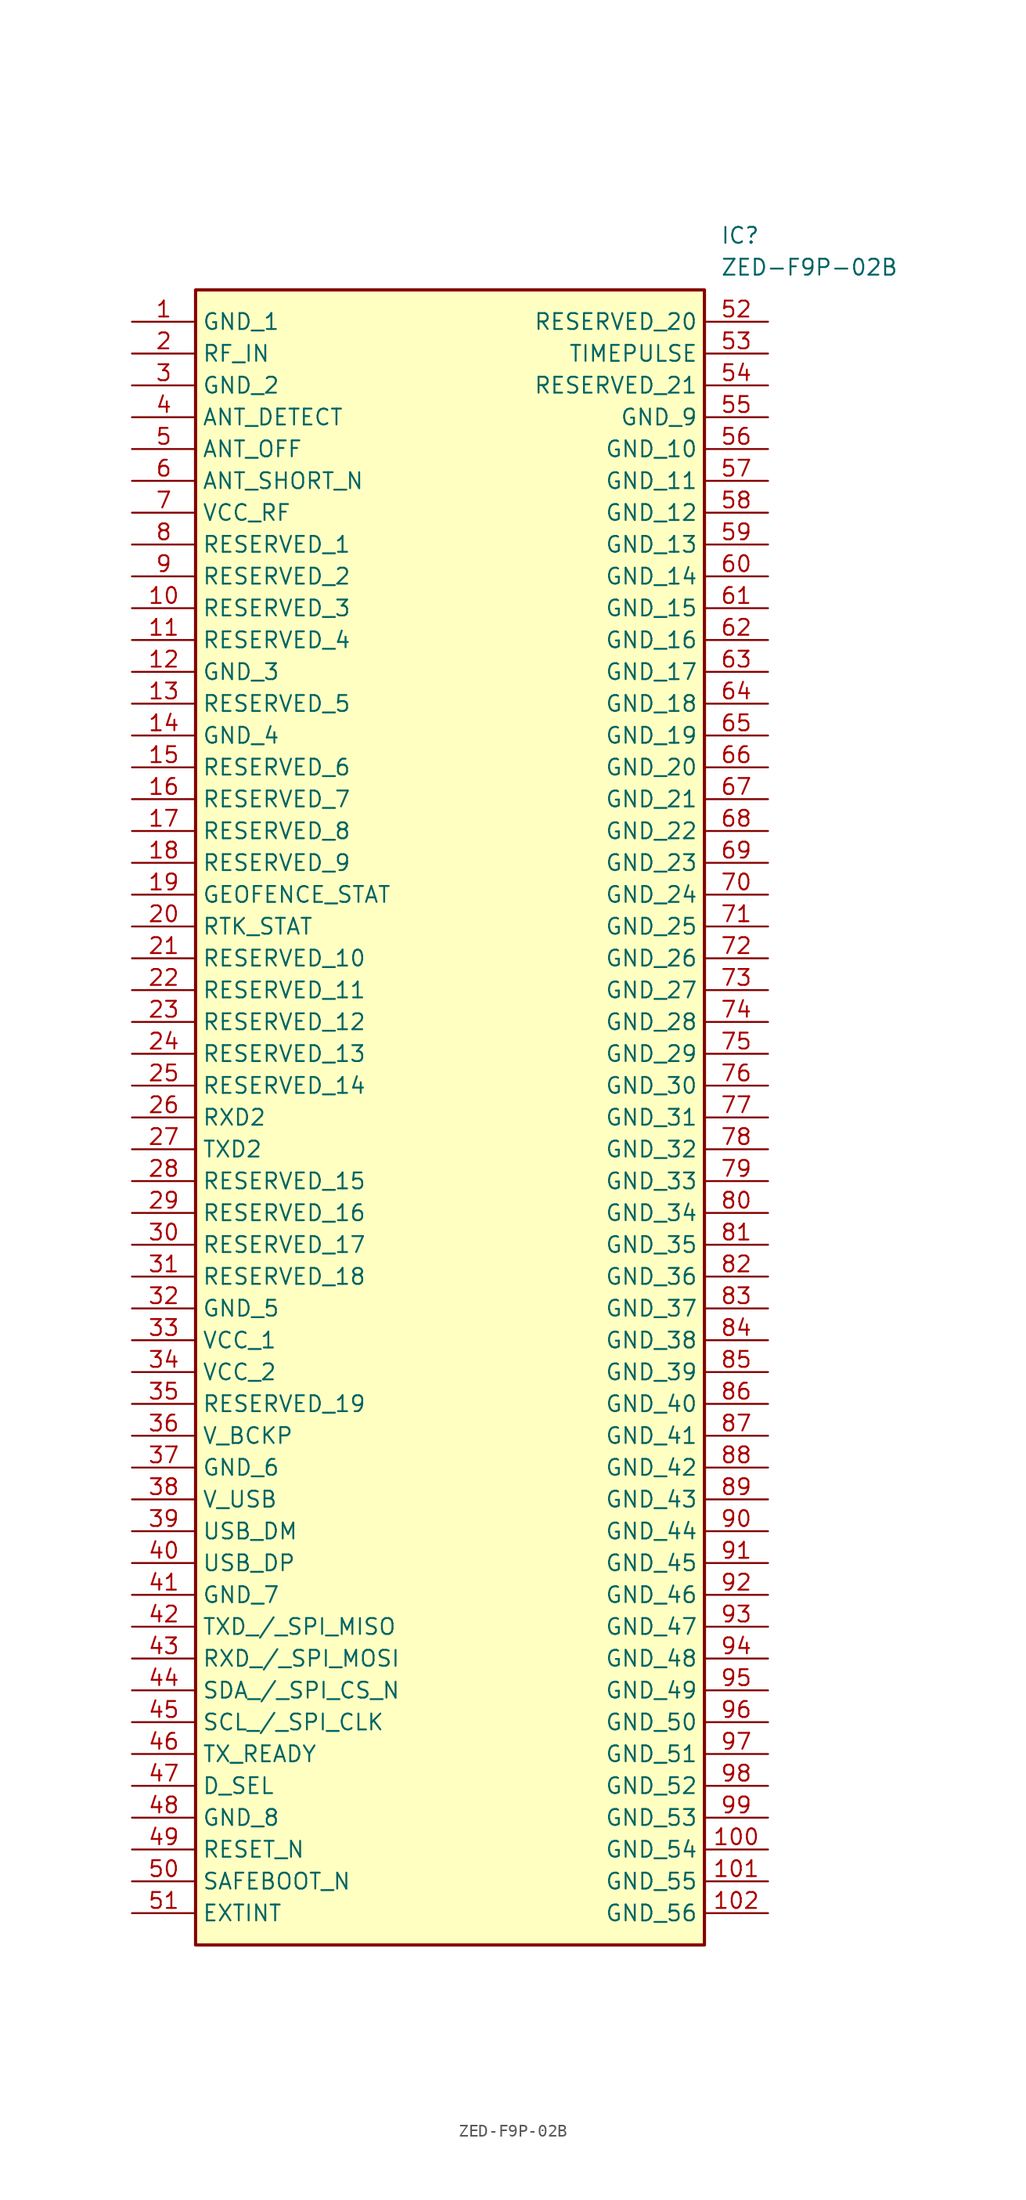
<source format=kicad_sym>
(kicad_symbol_lib
  (version 20211014)
  (generator SamacSys_ECAD_Model)
  (symbol "ZED-F9P-02B"
    (property "Reference" "IC"
      (at 46.99 7.62 0)
      (effects (font (size 1.27 1.27)) (justify left top)))
    (property "Value" "ZED-F9P-02B"
      (at 46.99 5.08 0)
      (effects (font (size 1.27 1.27)) (justify left top)))
    (rectangle
      (start 5.08 2.54)
      (end 45.72 -129.54)
      (stroke (width 0.254) (type default))
      (fill (type background)))
    (pin passive line
      (at 0 0 0)
      (length 5.08)
      (name "GND_1" (effects (font (size 1.27 1.27))))
      (number "1" (effects (font (size 1.27 1.27)))))
    (pin passive line
      (at 0 -2.54 0)
      (length 5.08)
      (name "RF_IN" (effects (font (size 1.27 1.27))))
      (number "2" (effects (font (size 1.27 1.27)))))
    (pin passive line
      (at 0 -5.08 0)
      (length 5.08)
      (name "GND_2" (effects (font (size 1.27 1.27))))
      (number "3" (effects (font (size 1.27 1.27)))))
    (pin passive line
      (at 0 -7.62 0)
      (length 5.08)
      (name "ANT_DETECT" (effects (font (size 1.27 1.27))))
      (number "4" (effects (font (size 1.27 1.27)))))
    (pin passive line
      (at 0 -10.16 0)
      (length 5.08)
      (name "ANT_OFF" (effects (font (size 1.27 1.27))))
      (number "5" (effects (font (size 1.27 1.27)))))
    (pin passive line
      (at 0 -12.7 0)
      (length 5.08)
      (name "ANT_SHORT_N" (effects (font (size 1.27 1.27))))
      (number "6" (effects (font (size 1.27 1.27)))))
    (pin passive line
      (at 0 -15.24 0)
      (length 5.08)
      (name "VCC_RF" (effects (font (size 1.27 1.27))))
      (number "7" (effects (font (size 1.27 1.27)))))
    (pin passive line
      (at 0 -17.78 0)
      (length 5.08)
      (name "RESERVED_1" (effects (font (size 1.27 1.27))))
      (number "8" (effects (font (size 1.27 1.27)))))
    (pin passive line
      (at 0 -20.32 0)
      (length 5.08)
      (name "RESERVED_2" (effects (font (size 1.27 1.27))))
      (number "9" (effects (font (size 1.27 1.27)))))
    (pin passive line
      (at 0 -22.86 0)
      (length 5.08)
      (name "RESERVED_3" (effects (font (size 1.27 1.27))))
      (number "10" (effects (font (size 1.27 1.27)))))
    (pin passive line
      (at 0 -25.4 0)
      (length 5.08)
      (name "RESERVED_4" (effects (font (size 1.27 1.27))))
      (number "11" (effects (font (size 1.27 1.27)))))
    (pin passive line
      (at 0 -27.94 0)
      (length 5.08)
      (name "GND_3" (effects (font (size 1.27 1.27))))
      (number "12" (effects (font (size 1.27 1.27)))))
    (pin passive line
      (at 0 -30.48 0)
      (length 5.08)
      (name "RESERVED_5" (effects (font (size 1.27 1.27))))
      (number "13" (effects (font (size 1.27 1.27)))))
    (pin passive line
      (at 0 -33.02 0)
      (length 5.08)
      (name "GND_4" (effects (font (size 1.27 1.27))))
      (number "14" (effects (font (size 1.27 1.27)))))
    (pin passive line
      (at 0 -35.56 0)
      (length 5.08)
      (name "RESERVED_6" (effects (font (size 1.27 1.27))))
      (number "15" (effects (font (size 1.27 1.27)))))
    (pin passive line
      (at 0 -38.1 0)
      (length 5.08)
      (name "RESERVED_7" (effects (font (size 1.27 1.27))))
      (number "16" (effects (font (size 1.27 1.27)))))
    (pin passive line
      (at 0 -40.64 0)
      (length 5.08)
      (name "RESERVED_8" (effects (font (size 1.27 1.27))))
      (number "17" (effects (font (size 1.27 1.27)))))
    (pin passive line
      (at 0 -43.18 0)
      (length 5.08)
      (name "RESERVED_9" (effects (font (size 1.27 1.27))))
      (number "18" (effects (font (size 1.27 1.27)))))
    (pin passive line
      (at 0 -45.72 0)
      (length 5.08)
      (name "GEOFENCE_STAT" (effects (font (size 1.27 1.27))))
      (number "19" (effects (font (size 1.27 1.27)))))
    (pin passive line
      (at 0 -48.26 0)
      (length 5.08)
      (name "RTK_STAT" (effects (font (size 1.27 1.27))))
      (number "20" (effects (font (size 1.27 1.27)))))
    (pin passive line
      (at 0 -50.8 0)
      (length 5.08)
      (name "RESERVED_10" (effects (font (size 1.27 1.27))))
      (number "21" (effects (font (size 1.27 1.27)))))
    (pin passive line
      (at 0 -53.34 0)
      (length 5.08)
      (name "RESERVED_11" (effects (font (size 1.27 1.27))))
      (number "22" (effects (font (size 1.27 1.27)))))
    (pin passive line
      (at 0 -55.88 0)
      (length 5.08)
      (name "RESERVED_12" (effects (font (size 1.27 1.27))))
      (number "23" (effects (font (size 1.27 1.27)))))
    (pin passive line
      (at 0 -58.42 0)
      (length 5.08)
      (name "RESERVED_13" (effects (font (size 1.27 1.27))))
      (number "24" (effects (font (size 1.27 1.27)))))
    (pin passive line
      (at 0 -60.96 0)
      (length 5.08)
      (name "RESERVED_14" (effects (font (size 1.27 1.27))))
      (number "25" (effects (font (size 1.27 1.27)))))
    (pin passive line
      (at 0 -63.5 0)
      (length 5.08)
      (name "RXD2" (effects (font (size 1.27 1.27))))
      (number "26" (effects (font (size 1.27 1.27)))))
    (pin passive line
      (at 0 -66.04 0)
      (length 5.08)
      (name "TXD2" (effects (font (size 1.27 1.27))))
      (number "27" (effects (font (size 1.27 1.27)))))
    (pin passive line
      (at 0 -68.58 0)
      (length 5.08)
      (name "RESERVED_15" (effects (font (size 1.27 1.27))))
      (number "28" (effects (font (size 1.27 1.27)))))
    (pin passive line
      (at 0 -71.12 0)
      (length 5.08)
      (name "RESERVED_16" (effects (font (size 1.27 1.27))))
      (number "29" (effects (font (size 1.27 1.27)))))
    (pin passive line
      (at 0 -73.66 0)
      (length 5.08)
      (name "RESERVED_17" (effects (font (size 1.27 1.27))))
      (number "30" (effects (font (size 1.27 1.27)))))
    (pin passive line
      (at 0 -76.2 0)
      (length 5.08)
      (name "RESERVED_18" (effects (font (size 1.27 1.27))))
      (number "31" (effects (font (size 1.27 1.27)))))
    (pin passive line
      (at 0 -78.74 0)
      (length 5.08)
      (name "GND_5" (effects (font (size 1.27 1.27))))
      (number "32" (effects (font (size 1.27 1.27)))))
    (pin passive line
      (at 0 -81.28 0)
      (length 5.08)
      (name "VCC_1" (effects (font (size 1.27 1.27))))
      (number "33" (effects (font (size 1.27 1.27)))))
    (pin passive line
      (at 0 -83.82 0)
      (length 5.08)
      (name "VCC_2" (effects (font (size 1.27 1.27))))
      (number "34" (effects (font (size 1.27 1.27)))))
    (pin passive line
      (at 0 -86.36 0)
      (length 5.08)
      (name "RESERVED_19" (effects (font (size 1.27 1.27))))
      (number "35" (effects (font (size 1.27 1.27)))))
    (pin passive line
      (at 0 -88.9 0)
      (length 5.08)
      (name "V_BCKP" (effects (font (size 1.27 1.27))))
      (number "36" (effects (font (size 1.27 1.27)))))
    (pin passive line
      (at 0 -91.44 0)
      (length 5.08)
      (name "GND_6" (effects (font (size 1.27 1.27))))
      (number "37" (effects (font (size 1.27 1.27)))))
    (pin passive line
      (at 0 -93.98 0)
      (length 5.08)
      (name "V_USB" (effects (font (size 1.27 1.27))))
      (number "38" (effects (font (size 1.27 1.27)))))
    (pin passive line
      (at 0 -96.52 0)
      (length 5.08)
      (name "USB_DM" (effects (font (size 1.27 1.27))))
      (number "39" (effects (font (size 1.27 1.27)))))
    (pin passive line
      (at 0 -99.06 0)
      (length 5.08)
      (name "USB_DP" (effects (font (size 1.27 1.27))))
      (number "40" (effects (font (size 1.27 1.27)))))
    (pin passive line
      (at 0 -101.6 0)
      (length 5.08)
      (name "GND_7" (effects (font (size 1.27 1.27))))
      (number "41" (effects (font (size 1.27 1.27)))))
    (pin passive line
      (at 0 -104.14 0)
      (length 5.08)
      (name "TXD_/_SPI_MISO" (effects (font (size 1.27 1.27))))
      (number "42" (effects (font (size 1.27 1.27)))))
    (pin passive line
      (at 0 -106.68 0)
      (length 5.08)
      (name "RXD_/_SPI_MOSI" (effects (font (size 1.27 1.27))))
      (number "43" (effects (font (size 1.27 1.27)))))
    (pin passive line
      (at 0 -109.22 0)
      (length 5.08)
      (name "SDA_/_SPI_CS_N" (effects (font (size 1.27 1.27))))
      (number "44" (effects (font (size 1.27 1.27)))))
    (pin passive line
      (at 0 -111.76 0)
      (length 5.08)
      (name "SCL_/_SPI_CLK" (effects (font (size 1.27 1.27))))
      (number "45" (effects (font (size 1.27 1.27)))))
    (pin passive line
      (at 0 -114.3 0)
      (length 5.08)
      (name "TX_READY" (effects (font (size 1.27 1.27))))
      (number "46" (effects (font (size 1.27 1.27)))))
    (pin passive line
      (at 0 -116.84 0)
      (length 5.08)
      (name "D_SEL" (effects (font (size 1.27 1.27))))
      (number "47" (effects (font (size 1.27 1.27)))))
    (pin passive line
      (at 0 -119.38 0)
      (length 5.08)
      (name "GND_8" (effects (font (size 1.27 1.27))))
      (number "48" (effects (font (size 1.27 1.27)))))
    (pin passive line
      (at 0 -121.92 0)
      (length 5.08)
      (name "RESET_N" (effects (font (size 1.27 1.27))))
      (number "49" (effects (font (size 1.27 1.27)))))
    (pin passive line
      (at 0 -124.46 0)
      (length 5.08)
      (name "SAFEBOOT_N" (effects (font (size 1.27 1.27))))
      (number "50" (effects (font (size 1.27 1.27)))))
    (pin passive line
      (at 0 -127 0)
      (length 5.08)
      (name "EXTINT" (effects (font (size 1.27 1.27))))
      (number "51" (effects (font (size 1.27 1.27)))))
    (pin passive line
      (at 50.8 0 180)
      (length 5.08)
      (name "RESERVED_20" (effects (font (size 1.27 1.27))))
      (number "52" (effects (font (size 1.27 1.27)))))
    (pin passive line
      (at 50.8 -2.54 180)
      (length 5.08)
      (name "TIMEPULSE" (effects (font (size 1.27 1.27))))
      (number "53" (effects (font (size 1.27 1.27)))))
    (pin passive line
      (at 50.8 -5.08 180)
      (length 5.08)
      (name "RESERVED_21" (effects (font (size 1.27 1.27))))
      (number "54" (effects (font (size 1.27 1.27)))))
    (pin passive line
      (at 50.8 -7.62 180)
      (length 5.08)
      (name "GND_9" (effects (font (size 1.27 1.27))))
      (number "55" (effects (font (size 1.27 1.27)))))
    (pin passive line
      (at 50.8 -10.16 180)
      (length 5.08)
      (name "GND_10" (effects (font (size 1.27 1.27))))
      (number "56" (effects (font (size 1.27 1.27)))))
    (pin passive line
      (at 50.8 -12.7 180)
      (length 5.08)
      (name "GND_11" (effects (font (size 1.27 1.27))))
      (number "57" (effects (font (size 1.27 1.27)))))
    (pin passive line
      (at 50.8 -15.24 180)
      (length 5.08)
      (name "GND_12" (effects (font (size 1.27 1.27))))
      (number "58" (effects (font (size 1.27 1.27)))))
    (pin passive line
      (at 50.8 -17.78 180)
      (length 5.08)
      (name "GND_13" (effects (font (size 1.27 1.27))))
      (number "59" (effects (font (size 1.27 1.27)))))
    (pin passive line
      (at 50.8 -20.32 180)
      (length 5.08)
      (name "GND_14" (effects (font (size 1.27 1.27))))
      (number "60" (effects (font (size 1.27 1.27)))))
    (pin passive line
      (at 50.8 -22.86 180)
      (length 5.08)
      (name "GND_15" (effects (font (size 1.27 1.27))))
      (number "61" (effects (font (size 1.27 1.27)))))
    (pin passive line
      (at 50.8 -25.4 180)
      (length 5.08)
      (name "GND_16" (effects (font (size 1.27 1.27))))
      (number "62" (effects (font (size 1.27 1.27)))))
    (pin passive line
      (at 50.8 -27.94 180)
      (length 5.08)
      (name "GND_17" (effects (font (size 1.27 1.27))))
      (number "63" (effects (font (size 1.27 1.27)))))
    (pin passive line
      (at 50.8 -30.48 180)
      (length 5.08)
      (name "GND_18" (effects (font (size 1.27 1.27))))
      (number "64" (effects (font (size 1.27 1.27)))))
    (pin passive line
      (at 50.8 -33.02 180)
      (length 5.08)
      (name "GND_19" (effects (font (size 1.27 1.27))))
      (number "65" (effects (font (size 1.27 1.27)))))
    (pin passive line
      (at 50.8 -35.56 180)
      (length 5.08)
      (name "GND_20" (effects (font (size 1.27 1.27))))
      (number "66" (effects (font (size 1.27 1.27)))))
    (pin passive line
      (at 50.8 -38.1 180)
      (length 5.08)
      (name "GND_21" (effects (font (size 1.27 1.27))))
      (number "67" (effects (font (size 1.27 1.27)))))
    (pin passive line
      (at 50.8 -40.64 180)
      (length 5.08)
      (name "GND_22" (effects (font (size 1.27 1.27))))
      (number "68" (effects (font (size 1.27 1.27)))))
    (pin passive line
      (at 50.8 -43.18 180)
      (length 5.08)
      (name "GND_23" (effects (font (size 1.27 1.27))))
      (number "69" (effects (font (size 1.27 1.27)))))
    (pin passive line
      (at 50.8 -45.72 180)
      (length 5.08)
      (name "GND_24" (effects (font (size 1.27 1.27))))
      (number "70" (effects (font (size 1.27 1.27)))))
    (pin passive line
      (at 50.8 -48.26 180)
      (length 5.08)
      (name "GND_25" (effects (font (size 1.27 1.27))))
      (number "71" (effects (font (size 1.27 1.27)))))
    (pin passive line
      (at 50.8 -50.8 180)
      (length 5.08)
      (name "GND_26" (effects (font (size 1.27 1.27))))
      (number "72" (effects (font (size 1.27 1.27)))))
    (pin passive line
      (at 50.8 -53.34 180)
      (length 5.08)
      (name "GND_27" (effects (font (size 1.27 1.27))))
      (number "73" (effects (font (size 1.27 1.27)))))
    (pin passive line
      (at 50.8 -55.88 180)
      (length 5.08)
      (name "GND_28" (effects (font (size 1.27 1.27))))
      (number "74" (effects (font (size 1.27 1.27)))))
    (pin passive line
      (at 50.8 -58.42 180)
      (length 5.08)
      (name "GND_29" (effects (font (size 1.27 1.27))))
      (number "75" (effects (font (size 1.27 1.27)))))
    (pin passive line
      (at 50.8 -60.96 180)
      (length 5.08)
      (name "GND_30" (effects (font (size 1.27 1.27))))
      (number "76" (effects (font (size 1.27 1.27)))))
    (pin passive line
      (at 50.8 -63.5 180)
      (length 5.08)
      (name "GND_31" (effects (font (size 1.27 1.27))))
      (number "77" (effects (font (size 1.27 1.27)))))
    (pin passive line
      (at 50.8 -66.04 180)
      (length 5.08)
      (name "GND_32" (effects (font (size 1.27 1.27))))
      (number "78" (effects (font (size 1.27 1.27)))))
    (pin passive line
      (at 50.8 -68.58 180)
      (length 5.08)
      (name "GND_33" (effects (font (size 1.27 1.27))))
      (number "79" (effects (font (size 1.27 1.27)))))
    (pin passive line
      (at 50.8 -71.12 180)
      (length 5.08)
      (name "GND_34" (effects (font (size 1.27 1.27))))
      (number "80" (effects (font (size 1.27 1.27)))))
    (pin passive line
      (at 50.8 -73.66 180)
      (length 5.08)
      (name "GND_35" (effects (font (size 1.27 1.27))))
      (number "81" (effects (font (size 1.27 1.27)))))
    (pin passive line
      (at 50.8 -76.2 180)
      (length 5.08)
      (name "GND_36" (effects (font (size 1.27 1.27))))
      (number "82" (effects (font (size 1.27 1.27)))))
    (pin passive line
      (at 50.8 -78.74 180)
      (length 5.08)
      (name "GND_37" (effects (font (size 1.27 1.27))))
      (number "83" (effects (font (size 1.27 1.27)))))
    (pin passive line
      (at 50.8 -81.28 180)
      (length 5.08)
      (name "GND_38" (effects (font (size 1.27 1.27))))
      (number "84" (effects (font (size 1.27 1.27)))))
    (pin passive line
      (at 50.8 -83.82 180)
      (length 5.08)
      (name "GND_39" (effects (font (size 1.27 1.27))))
      (number "85" (effects (font (size 1.27 1.27)))))
    (pin passive line
      (at 50.8 -86.36 180)
      (length 5.08)
      (name "GND_40" (effects (font (size 1.27 1.27))))
      (number "86" (effects (font (size 1.27 1.27)))))
    (pin passive line
      (at 50.8 -88.9 180)
      (length 5.08)
      (name "GND_41" (effects (font (size 1.27 1.27))))
      (number "87" (effects (font (size 1.27 1.27)))))
    (pin passive line
      (at 50.8 -91.44 180)
      (length 5.08)
      (name "GND_42" (effects (font (size 1.27 1.27))))
      (number "88" (effects (font (size 1.27 1.27)))))
    (pin passive line
      (at 50.8 -93.98 180)
      (length 5.08)
      (name "GND_43" (effects (font (size 1.27 1.27))))
      (number "89" (effects (font (size 1.27 1.27)))))
    (pin passive line
      (at 50.8 -96.52 180)
      (length 5.08)
      (name "GND_44" (effects (font (size 1.27 1.27))))
      (number "90" (effects (font (size 1.27 1.27)))))
    (pin passive line
      (at 50.8 -99.06 180)
      (length 5.08)
      (name "GND_45" (effects (font (size 1.27 1.27))))
      (number "91" (effects (font (size 1.27 1.27)))))
    (pin passive line
      (at 50.8 -101.6 180)
      (length 5.08)
      (name "GND_46" (effects (font (size 1.27 1.27))))
      (number "92" (effects (font (size 1.27 1.27)))))
    (pin passive line
      (at 50.8 -104.14 180)
      (length 5.08)
      (name "GND_47" (effects (font (size 1.27 1.27))))
      (number "93" (effects (font (size 1.27 1.27)))))
    (pin passive line
      (at 50.8 -106.68 180)
      (length 5.08)
      (name "GND_48" (effects (font (size 1.27 1.27))))
      (number "94" (effects (font (size 1.27 1.27)))))
    (pin passive line
      (at 50.8 -109.22 180)
      (length 5.08)
      (name "GND_49" (effects (font (size 1.27 1.27))))
      (number "95" (effects (font (size 1.27 1.27)))))
    (pin passive line
      (at 50.8 -111.76 180)
      (length 5.08)
      (name "GND_50" (effects (font (size 1.27 1.27))))
      (number "96" (effects (font (size 1.27 1.27)))))
    (pin passive line
      (at 50.8 -114.3 180)
      (length 5.08)
      (name "GND_51" (effects (font (size 1.27 1.27))))
      (number "97" (effects (font (size 1.27 1.27)))))
    (pin passive line
      (at 50.8 -116.84 180)
      (length 5.08)
      (name "GND_52" (effects (font (size 1.27 1.27))))
      (number "98" (effects (font (size 1.27 1.27)))))
    (pin passive line
      (at 50.8 -119.38 180)
      (length 5.08)
      (name "GND_53" (effects (font (size 1.27 1.27))))
      (number "99" (effects (font (size 1.27 1.27)))))
    (pin passive line
      (at 50.8 -121.92 180)
      (length 5.08)
      (name "GND_54" (effects (font (size 1.27 1.27))))
      (number "100" (effects (font (size 1.27 1.27)))))
    (pin passive line
      (at 50.8 -124.46 180)
      (length 5.08)
      (name "GND_55" (effects (font (size 1.27 1.27))))
      (number "101" (effects (font (size 1.27 1.27)))))
    (pin passive line
      (at 50.8 -127 180)
      (length 5.08)
      (name "GND_56" (effects (font (size 1.27 1.27))))
      (number "102" (effects (font (size 1.27 1.27)))))))
</source>
